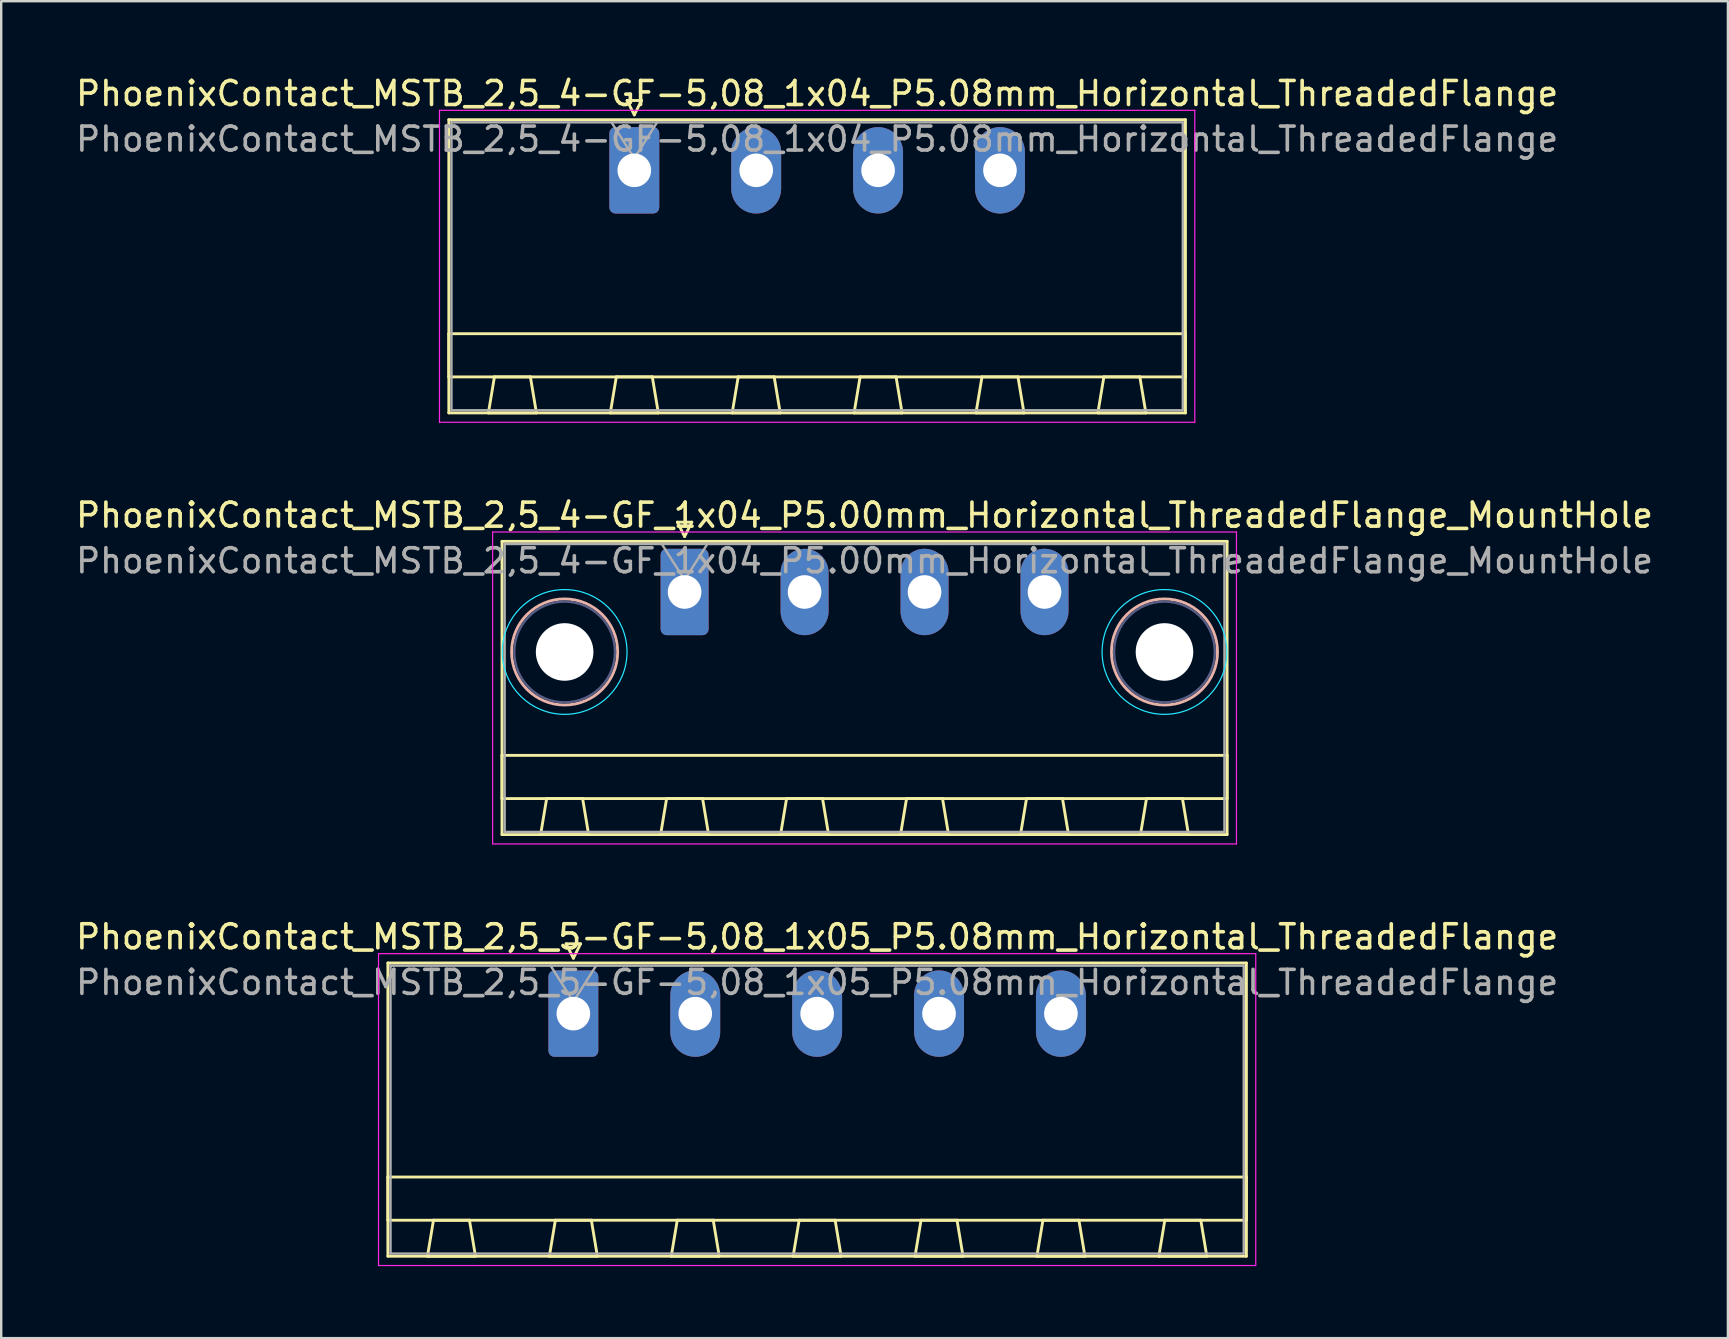
<source format=kicad_pcb>
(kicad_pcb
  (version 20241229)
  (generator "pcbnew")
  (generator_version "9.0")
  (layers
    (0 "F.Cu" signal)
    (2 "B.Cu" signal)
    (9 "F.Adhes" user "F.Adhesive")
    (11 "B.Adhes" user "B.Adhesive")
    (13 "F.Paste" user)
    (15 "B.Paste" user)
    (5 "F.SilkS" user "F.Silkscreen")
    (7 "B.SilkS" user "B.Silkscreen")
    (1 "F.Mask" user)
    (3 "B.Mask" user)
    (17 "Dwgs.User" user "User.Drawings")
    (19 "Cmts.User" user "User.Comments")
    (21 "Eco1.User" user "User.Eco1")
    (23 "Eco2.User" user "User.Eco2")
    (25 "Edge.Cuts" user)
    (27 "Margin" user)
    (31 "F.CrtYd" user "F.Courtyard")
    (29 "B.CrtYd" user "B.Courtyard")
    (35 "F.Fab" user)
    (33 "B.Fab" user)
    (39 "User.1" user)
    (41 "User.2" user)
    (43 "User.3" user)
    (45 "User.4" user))
  (footprint "PhoenixContact_MSTB_2,5_4-GF-5,08_1x04_P5.08mm_Horizontal_ThreadedFlange"
    (layer "F.Cu")
    (at 23.386 4.048)
    (property "Reference" "PhoenixContact_MSTB_2,5_4-GF-5,08_1x04_P5.08mm_Horizontal_ThreadedFlange" (at 7.62 -3.2 0) (layer "F.SilkS") (effects (font (size 1 1) (thickness 0.15))))
    (attr through_hole)
    (fp_line (start -7.73 -2.11) (end -7.73 10.11) (stroke (width 0.12) (type solid)) (layer "F.SilkS"))
    (fp_line (start -7.73 6.81) (end 22.97 6.81) (stroke (width 0.12) (type solid)) (layer "F.SilkS"))
    (fp_line (start -7.73 8.61) (end -7.73 6.81) (stroke (width 0.12) (type solid)) (layer "F.SilkS"))
    (fp_line (start -7.73 10.11) (end 22.97 10.11) (stroke (width 0.12) (type solid)) (layer "F.SilkS"))
    (fp_line (start -6.08 10.11) (end -4.08 10.11) (stroke (width 0.12) (type solid)) (layer "F.SilkS"))
    (fp_line (start -5.83 8.61) (end -6.08 10.11) (stroke (width 0.12) (type solid)) (layer "F.SilkS"))
    (fp_line (start -4.33 8.61) (end -5.83 8.61) (stroke (width 0.12) (type solid)) (layer "F.SilkS"))
    (fp_line (start -4.08 10.11) (end -4.33 8.61) (stroke (width 0.12) (type solid)) (layer "F.SilkS"))
    (fp_line (start -1 10.11) (end 1 10.11) (stroke (width 0.12) (type solid)) (layer "F.SilkS"))
    (fp_line (start -0.75 8.61) (end -1 10.11) (stroke (width 0.12) (type solid)) (layer "F.SilkS"))
    (fp_line (start -0.3 -2.91) (end 0.3 -2.91) (stroke (width 0.12) (type solid)) (layer "F.SilkS"))
    (fp_line (start 0 -2.31) (end -0.3 -2.91) (stroke (width 0.12) (type solid)) (layer "F.SilkS"))
    (fp_line (start 0.3 -2.91) (end 0 -2.31) (stroke (width 0.12) (type solid)) (layer "F.SilkS"))
    (fp_line (start 0.75 8.61) (end -0.75 8.61) (stroke (width 0.12) (type solid)) (layer "F.SilkS"))
    (fp_line (start 1 10.11) (end 0.75 8.61) (stroke (width 0.12) (type solid)) (layer "F.SilkS"))
    (fp_line (start 4.08 10.11) (end 6.08 10.11) (stroke (width 0.12) (type solid)) (layer "F.SilkS"))
    (fp_line (start 4.33 8.61) (end 4.08 10.11) (stroke (width 0.12) (type solid)) (layer "F.SilkS"))
    (fp_line (start 5.83 8.61) (end 4.33 8.61) (stroke (width 0.12) (type solid)) (layer "F.SilkS"))
    (fp_line (start 6.08 10.11) (end 5.83 8.61) (stroke (width 0.12) (type solid)) (layer "F.SilkS"))
    (fp_line (start 9.16 10.11) (end 11.16 10.11) (stroke (width 0.12) (type solid)) (layer "F.SilkS"))
    (fp_line (start 9.41 8.61) (end 9.16 10.11) (stroke (width 0.12) (type solid)) (layer "F.SilkS"))
    (fp_line (start 10.91 8.61) (end 9.41 8.61) (stroke (width 0.12) (type solid)) (layer "F.SilkS"))
    (fp_line (start 11.16 10.11) (end 10.91 8.61) (stroke (width 0.12) (type solid)) (layer "F.SilkS"))
    (fp_line (start 14.24 10.11) (end 16.24 10.11) (stroke (width 0.12) (type solid)) (layer "F.SilkS"))
    (fp_line (start 14.49 8.61) (end 14.24 10.11) (stroke (width 0.12) (type solid)) (layer "F.SilkS"))
    (fp_line (start 15.99 8.61) (end 14.49 8.61) (stroke (width 0.12) (type solid)) (layer "F.SilkS"))
    (fp_line (start 16.24 10.11) (end 15.99 8.61) (stroke (width 0.12) (type solid)) (layer "F.SilkS"))
    (fp_line (start 19.32 10.11) (end 21.32 10.11) (stroke (width 0.12) (type solid)) (layer "F.SilkS"))
    (fp_line (start 19.57 8.61) (end 19.32 10.11) (stroke (width 0.12) (type solid)) (layer "F.SilkS"))
    (fp_line (start 21.07 8.61) (end 19.57 8.61) (stroke (width 0.12) (type solid)) (layer "F.SilkS"))
    (fp_line (start 21.32 10.11) (end 21.07 8.61) (stroke (width 0.12) (type solid)) (layer "F.SilkS"))
    (fp_line (start 22.97 -2.11) (end -7.73 -2.11) (stroke (width 0.12) (type solid)) (layer "F.SilkS"))
    (fp_line (start 22.97 6.81) (end 22.97 8.61) (stroke (width 0.12) (type solid)) (layer "F.SilkS"))
    (fp_line (start 22.97 8.61) (end -7.73 8.61) (stroke (width 0.12) (type solid)) (layer "F.SilkS"))
    (fp_line (start 22.97 10.11) (end 22.97 -2.11) (stroke (width 0.12) (type solid)) (layer "F.SilkS"))
    (fp_line (start -8.12 -2.5) (end -8.12 10.5) (stroke (width 0.05) (type solid)) (layer "F.CrtYd"))
    (fp_line (start -8.12 10.5) (end 23.36 10.5) (stroke (width 0.05) (type solid)) (layer "F.CrtYd"))
    (fp_line (start 23.36 -2.5) (end -8.12 -2.5) (stroke (width 0.05) (type solid)) (layer "F.CrtYd"))
    (fp_line (start 23.36 10.5) (end 23.36 -2.5) (stroke (width 0.05) (type solid)) (layer "F.CrtYd"))
    (fp_line (start -7.62 -2) (end -7.62 10) (stroke (width 0.1) (type solid)) (layer "F.Fab"))
    (fp_line (start -7.62 10) (end 22.86 10) (stroke (width 0.1) (type solid)) (layer "F.Fab"))
    (fp_line (start 0 -0.5) (end -0.95 -2) (stroke (width 0.1) (type solid)) (layer "F.Fab"))
    (fp_line (start 0.95 -2) (end 0 -0.5) (stroke (width 0.1) (type solid)) (layer "F.Fab"))
    (fp_line (start 22.86 -2) (end -7.62 -2) (stroke (width 0.1) (type solid)) (layer "F.Fab"))
    (fp_line (start 22.86 10) (end 22.86 -2) (stroke (width 0.1) (type solid)) (layer "F.Fab"))
    (fp_text user "${REFERENCE}" (at 7.62 -1.3 0) (layer "F.Fab") (effects (font (size 1 1) (thickness 0.15))))
    (pad "1" thru_hole roundrect (at 0 0) (size 2.08 3.6) (drill 1.4) (layers "*.Cu" "*.Mask") (roundrect_rratio 0.12))
    (pad "2" thru_hole oval (at 5.08 0) (size 2.08 3.6) (drill 1.4) (layers "*.Cu" "*.Mask"))
    (pad "3" thru_hole oval (at 10.16 0) (size 2.08 3.6) (drill 1.4) (layers "*.Cu" "*.Mask"))
    (pad "4" thru_hole oval (at 15.24 0) (size 2.08 3.6) (drill 1.4) (layers "*.Cu" "*.Mask")))
  (footprint "PhoenixContact_MSTB_2,5_4-GF_1x04_P5.00mm_Horizontal_ThreadedFlange_MountHole"
    (layer "F.Cu")
    (at 25.482 21.622)
    (property "Reference" "PhoenixContact_MSTB_2,5_4-GF_1x04_P5.00mm_Horizontal_ThreadedFlange_MountHole" (at 7.5 -3.2 0) (layer "F.SilkS") (effects (font (size 1 1) (thickness 0.15))))
    (attr through_hole)
    (fp_line (start -7.61 -2.11) (end -7.61 10.11) (stroke (width 0.12) (type solid)) (layer "F.SilkS"))
    (fp_line (start -7.61 6.81) (end 22.61 6.81) (stroke (width 0.12) (type solid)) (layer "F.SilkS"))
    (fp_line (start -7.61 8.61) (end -7.61 6.81) (stroke (width 0.12) (type solid)) (layer "F.SilkS"))
    (fp_line (start -7.61 10.11) (end 22.61 10.11) (stroke (width 0.12) (type solid)) (layer "F.SilkS"))
    (fp_line (start -6 10.11) (end -4 10.11) (stroke (width 0.12) (type solid)) (layer "F.SilkS"))
    (fp_line (start -5.75 8.61) (end -6 10.11) (stroke (width 0.12) (type solid)) (layer "F.SilkS"))
    (fp_line (start -4.25 8.61) (end -5.75 8.61) (stroke (width 0.12) (type solid)) (layer "F.SilkS"))
    (fp_line (start -4 10.11) (end -4.25 8.61) (stroke (width 0.12) (type solid)) (layer "F.SilkS"))
    (fp_line (start -1 10.11) (end 1 10.11) (stroke (width 0.12) (type solid)) (layer "F.SilkS"))
    (fp_line (start -0.75 8.61) (end -1 10.11) (stroke (width 0.12) (type solid)) (layer "F.SilkS"))
    (fp_line (start -0.3 -2.91) (end 0.3 -2.91) (stroke (width 0.12) (type solid)) (layer "F.SilkS"))
    (fp_line (start 0 -2.31) (end -0.3 -2.91) (stroke (width 0.12) (type solid)) (layer "F.SilkS"))
    (fp_line (start 0.3 -2.91) (end 0 -2.31) (stroke (width 0.12) (type solid)) (layer "F.SilkS"))
    (fp_line (start 0.75 8.61) (end -0.75 8.61) (stroke (width 0.12) (type solid)) (layer "F.SilkS"))
    (fp_line (start 1 10.11) (end 0.75 8.61) (stroke (width 0.12) (type solid)) (layer "F.SilkS"))
    (fp_line (start 4 10.11) (end 6 10.11) (stroke (width 0.12) (type solid)) (layer "F.SilkS"))
    (fp_line (start 4.25 8.61) (end 4 10.11) (stroke (width 0.12) (type solid)) (layer "F.SilkS"))
    (fp_line (start 5.75 8.61) (end 4.25 8.61) (stroke (width 0.12) (type solid)) (layer "F.SilkS"))
    (fp_line (start 6 10.11) (end 5.75 8.61) (stroke (width 0.12) (type solid)) (layer "F.SilkS"))
    (fp_line (start 9 10.11) (end 11 10.11) (stroke (width 0.12) (type solid)) (layer "F.SilkS"))
    (fp_line (start 9.25 8.61) (end 9 10.11) (stroke (width 0.12) (type solid)) (layer "F.SilkS"))
    (fp_line (start 10.75 8.61) (end 9.25 8.61) (stroke (width 0.12) (type solid)) (layer "F.SilkS"))
    (fp_line (start 11 10.11) (end 10.75 8.61) (stroke (width 0.12) (type solid)) (layer "F.SilkS"))
    (fp_line (start 14 10.11) (end 16 10.11) (stroke (width 0.12) (type solid)) (layer "F.SilkS"))
    (fp_line (start 14.25 8.61) (end 14 10.11) (stroke (width 0.12) (type solid)) (layer "F.SilkS"))
    (fp_line (start 15.75 8.61) (end 14.25 8.61) (stroke (width 0.12) (type solid)) (layer "F.SilkS"))
    (fp_line (start 16 10.11) (end 15.75 8.61) (stroke (width 0.12) (type solid)) (layer "F.SilkS"))
    (fp_line (start 19 10.11) (end 21 10.11) (stroke (width 0.12) (type solid)) (layer "F.SilkS"))
    (fp_line (start 19.25 8.61) (end 19 10.11) (stroke (width 0.12) (type solid)) (layer "F.SilkS"))
    (fp_line (start 20.75 8.61) (end 19.25 8.61) (stroke (width 0.12) (type solid)) (layer "F.SilkS"))
    (fp_line (start 21 10.11) (end 20.75 8.61) (stroke (width 0.12) (type solid)) (layer "F.SilkS"))
    (fp_line (start 22.61 -2.11) (end -7.61 -2.11) (stroke (width 0.12) (type solid)) (layer "F.SilkS"))
    (fp_line (start 22.61 6.81) (end 22.61 8.61) (stroke (width 0.12) (type solid)) (layer "F.SilkS"))
    (fp_line (start 22.61 8.61) (end -7.61 8.61) (stroke (width 0.12) (type solid)) (layer "F.SilkS"))
    (fp_line (start 22.61 10.11) (end 22.61 -2.11) (stroke (width 0.12) (type solid)) (layer "F.SilkS"))
    (fp_circle (center -5 2.5) (end -2.79 2.5) (stroke (width 0.12) (type solid)) (fill no) (layer "B.SilkS"))
    (fp_circle (center 20 2.5) (end 22.21 2.5) (stroke (width 0.12) (type solid)) (fill no) (layer "B.SilkS"))
    (fp_circle (center -5 2.5) (end -2.4 2.5) (stroke (width 0.05) (type solid)) (fill no) (layer "B.CrtYd"))
    (fp_circle (center 20 2.5) (end 22.6 2.5) (stroke (width 0.05) (type solid)) (fill no) (layer "B.CrtYd"))
    (fp_line (start -8 -2.5) (end -8 10.5) (stroke (width 0.05) (type solid)) (layer "F.CrtYd"))
    (fp_line (start -8 10.5) (end 23 10.5) (stroke (width 0.05) (type solid)) (layer "F.CrtYd"))
    (fp_line (start 23 -2.5) (end -8 -2.5) (stroke (width 0.05) (type solid)) (layer "F.CrtYd"))
    (fp_line (start 23 10.5) (end 23 -2.5) (stroke (width 0.05) (type solid)) (layer "F.CrtYd"))
    (fp_circle (center -5 2.5) (end -2.9 2.5) (stroke (width 0.1) (type solid)) (fill no) (layer "B.Fab"))
    (fp_circle (center 20 2.5) (end 22.1 2.5) (stroke (width 0.1) (type solid)) (fill no) (layer "B.Fab"))
    (fp_line (start -7.5 -2) (end -7.5 10) (stroke (width 0.1) (type solid)) (layer "F.Fab"))
    (fp_line (start -7.5 10) (end 22.5 10) (stroke (width 0.1) (type solid)) (layer "F.Fab"))
    (fp_line (start 0 -0.5) (end -0.95 -2) (stroke (width 0.1) (type solid)) (layer "F.Fab"))
    (fp_line (start 0.95 -2) (end 0 -0.5) (stroke (width 0.1) (type solid)) (layer "F.Fab"))
    (fp_line (start 22.5 -2) (end -7.5 -2) (stroke (width 0.1) (type solid)) (layer "F.Fab"))
    (fp_line (start 22.5 10) (end 22.5 -2) (stroke (width 0.1) (type solid)) (layer "F.Fab"))
    (fp_text user "${REFERENCE}" (at 7.5 -1.3 0) (layer "F.Fab") (effects (font (size 1 1) (thickness 0.15))))
    (pad "" np_thru_hole circle (at -5 2.5) (size 2.4 2.4) (drill 2.4) (layers "*.Cu" "*.Mask"))
    (pad "" np_thru_hole circle (at 20 2.5) (size 2.4 2.4) (drill 2.4) (layers "*.Cu" "*.Mask"))
    (pad "1" thru_hole roundrect (at 0 0) (size 2 3.6) (drill 1.4) (layers "*.Cu" "*.Mask") (roundrect_rratio 0.125))
    (pad "2" thru_hole oval (at 5 0) (size 2 3.6) (drill 1.4) (layers "*.Cu" "*.Mask"))
    (pad "3" thru_hole oval (at 10 0) (size 2 3.6) (drill 1.4) (layers "*.Cu" "*.Mask"))
    (pad "4" thru_hole oval (at 15 0) (size 2 3.6) (drill 1.4) (layers "*.Cu" "*.Mask")))
  (footprint "PhoenixContact_MSTB_2,5_5-GF-5,08_1x05_P5.08mm_Horizontal_ThreadedFlange"
    (layer "F.Cu")
    (at 20.846 39.195)
    (property "Reference" "PhoenixContact_MSTB_2,5_5-GF-5,08_1x05_P5.08mm_Horizontal_ThreadedFlange" (at 10.16 -3.2 0) (layer "F.SilkS") (effects (font (size 1 1) (thickness 0.15))))
    (attr through_hole)
    (fp_line (start -7.73 -2.11) (end -7.73 10.11) (stroke (width 0.12) (type solid)) (layer "F.SilkS"))
    (fp_line (start -7.73 6.81) (end 28.05 6.81) (stroke (width 0.12) (type solid)) (layer "F.SilkS"))
    (fp_line (start -7.73 8.61) (end -7.73 6.81) (stroke (width 0.12) (type solid)) (layer "F.SilkS"))
    (fp_line (start -7.73 10.11) (end 28.05 10.11) (stroke (width 0.12) (type solid)) (layer "F.SilkS"))
    (fp_line (start -6.08 10.11) (end -4.08 10.11) (stroke (width 0.12) (type solid)) (layer "F.SilkS"))
    (fp_line (start -5.83 8.61) (end -6.08 10.11) (stroke (width 0.12) (type solid)) (layer "F.SilkS"))
    (fp_line (start -4.33 8.61) (end -5.83 8.61) (stroke (width 0.12) (type solid)) (layer "F.SilkS"))
    (fp_line (start -4.08 10.11) (end -4.33 8.61) (stroke (width 0.12) (type solid)) (layer "F.SilkS"))
    (fp_line (start -1 10.11) (end 1 10.11) (stroke (width 0.12) (type solid)) (layer "F.SilkS"))
    (fp_line (start -0.75 8.61) (end -1 10.11) (stroke (width 0.12) (type solid)) (layer "F.SilkS"))
    (fp_line (start -0.3 -2.91) (end 0.3 -2.91) (stroke (width 0.12) (type solid)) (layer "F.SilkS"))
    (fp_line (start 0 -2.31) (end -0.3 -2.91) (stroke (width 0.12) (type solid)) (layer "F.SilkS"))
    (fp_line (start 0.3 -2.91) (end 0 -2.31) (stroke (width 0.12) (type solid)) (layer "F.SilkS"))
    (fp_line (start 0.75 8.61) (end -0.75 8.61) (stroke (width 0.12) (type solid)) (layer "F.SilkS"))
    (fp_line (start 1 10.11) (end 0.75 8.61) (stroke (width 0.12) (type solid)) (layer "F.SilkS"))
    (fp_line (start 4.08 10.11) (end 6.08 10.11) (stroke (width 0.12) (type solid)) (layer "F.SilkS"))
    (fp_line (start 4.33 8.61) (end 4.08 10.11) (stroke (width 0.12) (type solid)) (layer "F.SilkS"))
    (fp_line (start 5.83 8.61) (end 4.33 8.61) (stroke (width 0.12) (type solid)) (layer "F.SilkS"))
    (fp_line (start 6.08 10.11) (end 5.83 8.61) (stroke (width 0.12) (type solid)) (layer "F.SilkS"))
    (fp_line (start 9.16 10.11) (end 11.16 10.11) (stroke (width 0.12) (type solid)) (layer "F.SilkS"))
    (fp_line (start 9.41 8.61) (end 9.16 10.11) (stroke (width 0.12) (type solid)) (layer "F.SilkS"))
    (fp_line (start 10.91 8.61) (end 9.41 8.61) (stroke (width 0.12) (type solid)) (layer "F.SilkS"))
    (fp_line (start 11.16 10.11) (end 10.91 8.61) (stroke (width 0.12) (type solid)) (layer "F.SilkS"))
    (fp_line (start 14.24 10.11) (end 16.24 10.11) (stroke (width 0.12) (type solid)) (layer "F.SilkS"))
    (fp_line (start 14.49 8.61) (end 14.24 10.11) (stroke (width 0.12) (type solid)) (layer "F.SilkS"))
    (fp_line (start 15.99 8.61) (end 14.49 8.61) (stroke (width 0.12) (type solid)) (layer "F.SilkS"))
    (fp_line (start 16.24 10.11) (end 15.99 8.61) (stroke (width 0.12) (type solid)) (layer "F.SilkS"))
    (fp_line (start 19.32 10.11) (end 21.32 10.11) (stroke (width 0.12) (type solid)) (layer "F.SilkS"))
    (fp_line (start 19.57 8.61) (end 19.32 10.11) (stroke (width 0.12) (type solid)) (layer "F.SilkS"))
    (fp_line (start 21.07 8.61) (end 19.57 8.61) (stroke (width 0.12) (type solid)) (layer "F.SilkS"))
    (fp_line (start 21.32 10.11) (end 21.07 8.61) (stroke (width 0.12) (type solid)) (layer "F.SilkS"))
    (fp_line (start 24.4 10.11) (end 26.4 10.11) (stroke (width 0.12) (type solid)) (layer "F.SilkS"))
    (fp_line (start 24.65 8.61) (end 24.4 10.11) (stroke (width 0.12) (type solid)) (layer "F.SilkS"))
    (fp_line (start 26.15 8.61) (end 24.65 8.61) (stroke (width 0.12) (type solid)) (layer "F.SilkS"))
    (fp_line (start 26.4 10.11) (end 26.15 8.61) (stroke (width 0.12) (type solid)) (layer "F.SilkS"))
    (fp_line (start 28.05 -2.11) (end -7.73 -2.11) (stroke (width 0.12) (type solid)) (layer "F.SilkS"))
    (fp_line (start 28.05 6.81) (end 28.05 8.61) (stroke (width 0.12) (type solid)) (layer "F.SilkS"))
    (fp_line (start 28.05 8.61) (end -7.73 8.61) (stroke (width 0.12) (type solid)) (layer "F.SilkS"))
    (fp_line (start 28.05 10.11) (end 28.05 -2.11) (stroke (width 0.12) (type solid)) (layer "F.SilkS"))
    (fp_line (start -8.12 -2.5) (end -8.12 10.5) (stroke (width 0.05) (type solid)) (layer "F.CrtYd"))
    (fp_line (start -8.12 10.5) (end 28.44 10.5) (stroke (width 0.05) (type solid)) (layer "F.CrtYd"))
    (fp_line (start 28.44 -2.5) (end -8.12 -2.5) (stroke (width 0.05) (type solid)) (layer "F.CrtYd"))
    (fp_line (start 28.44 10.5) (end 28.44 -2.5) (stroke (width 0.05) (type solid)) (layer "F.CrtYd"))
    (fp_line (start -7.62 -2) (end -7.62 10) (stroke (width 0.1) (type solid)) (layer "F.Fab"))
    (fp_line (start -7.62 10) (end 27.94 10) (stroke (width 0.1) (type solid)) (layer "F.Fab"))
    (fp_line (start 0 -0.5) (end -0.95 -2) (stroke (width 0.1) (type solid)) (layer "F.Fab"))
    (fp_line (start 0.95 -2) (end 0 -0.5) (stroke (width 0.1) (type solid)) (layer "F.Fab"))
    (fp_line (start 27.94 -2) (end -7.62 -2) (stroke (width 0.1) (type solid)) (layer "F.Fab"))
    (fp_line (start 27.94 10) (end 27.94 -2) (stroke (width 0.1) (type solid)) (layer "F.Fab"))
    (fp_text user "${REFERENCE}" (at 10.16 -1.3 0) (layer "F.Fab") (effects (font (size 1 1) (thickness 0.15))))
    (pad "1" thru_hole roundrect (at 0 0) (size 2.08 3.6) (drill 1.4) (layers "*.Cu" "*.Mask") (roundrect_rratio 0.12))
    (pad "2" thru_hole oval (at 5.08 0) (size 2.08 3.6) (drill 1.4) (layers "*.Cu" "*.Mask"))
    (pad "3" thru_hole oval (at 10.16 0) (size 2.08 3.6) (drill 1.4) (layers "*.Cu" "*.Mask"))
    (pad "4" thru_hole oval (at 15.24 0) (size 2.08 3.6) (drill 1.4) (layers "*.Cu" "*.Mask"))
    (pad "5" thru_hole oval (at 20.32 0) (size 2.08 3.6) (drill 1.4) (layers "*.Cu" "*.Mask")))
  (gr_rect
    (start -3 -3)
    (end 68.964 52.72)
    (stroke (width 0.1) (type default))
    (fill no)
    (layer "Edge.Cuts")))
</source>
